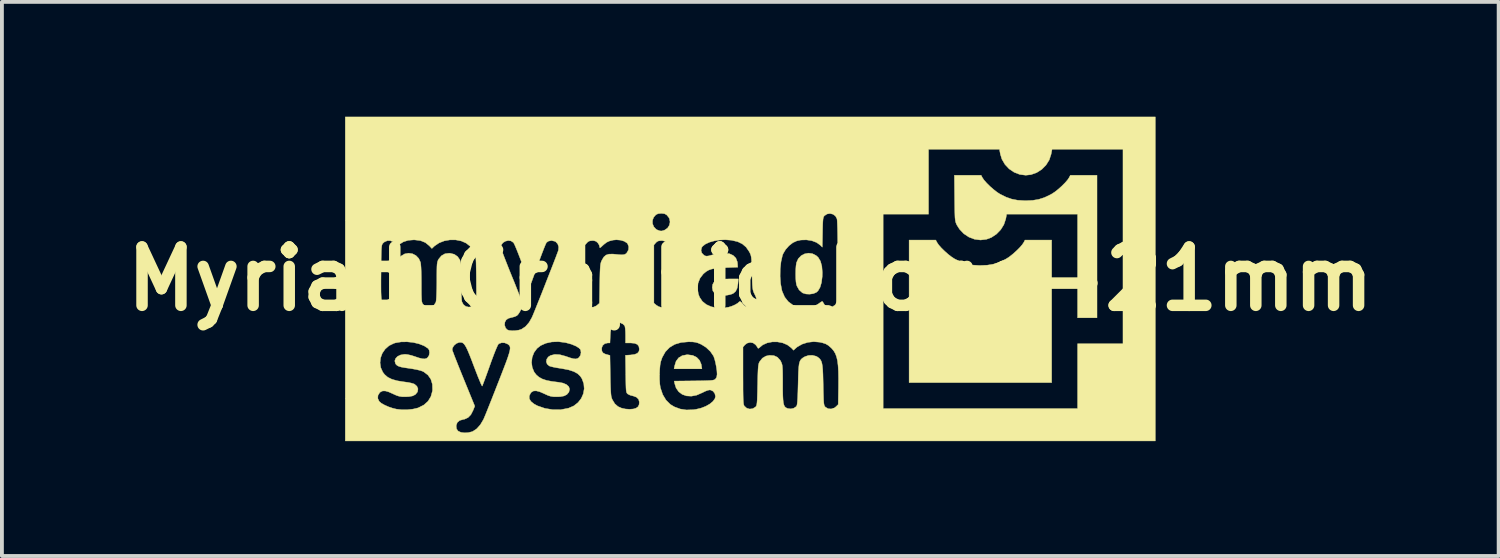
<source format=kicad_pcb>
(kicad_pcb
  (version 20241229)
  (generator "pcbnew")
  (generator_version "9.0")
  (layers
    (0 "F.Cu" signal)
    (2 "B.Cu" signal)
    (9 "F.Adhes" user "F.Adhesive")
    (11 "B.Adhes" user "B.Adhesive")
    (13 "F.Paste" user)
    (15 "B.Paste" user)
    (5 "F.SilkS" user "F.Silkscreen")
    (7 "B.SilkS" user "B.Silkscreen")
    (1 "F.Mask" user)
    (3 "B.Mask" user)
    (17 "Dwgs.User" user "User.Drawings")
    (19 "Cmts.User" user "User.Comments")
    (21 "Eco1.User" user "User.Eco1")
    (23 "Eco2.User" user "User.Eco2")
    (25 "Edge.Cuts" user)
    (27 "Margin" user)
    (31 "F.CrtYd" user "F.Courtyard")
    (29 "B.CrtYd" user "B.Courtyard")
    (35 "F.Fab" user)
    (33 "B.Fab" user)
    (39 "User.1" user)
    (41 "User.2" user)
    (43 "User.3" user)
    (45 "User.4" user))
  (footprint "Myriad_Graphic_Logo-21mm"
    (layer "F.Cu")
    (at 16.554 4.238)
    (property "Reference" "Myriad_Graphic_Logo-21mm" (at 0 0 0) (layer "F.SilkS") (effects (font (size 1.524 1.524) (thickness 0.3))))
    (attr exclude_from_pos_files exclude_from_bom)
    (fp_poly (pts (xy -1.503 1.998) (xy -1.401 2.048) (xy -1.326 2.127) (xy -1.282 2.231) (xy -1.276 2.266) (xy -1.264 2.349) (xy -1.992 2.349) (xy -1.977 2.27) (xy -1.939 2.149) (xy -1.872 2.06) (xy -1.779 2.004) (xy -1.66 1.981) (xy -1.63 1.981) (xy -1.503 1.998)) (stroke (width 0.01) (type solid)) (fill yes) (layer "F.SilkS"))
    (fp_poly (pts (xy -0.323 0.128) (xy -0.344 0.243) (xy -0.383 0.324) (xy -0.444 0.377) (xy -0.473 0.391) (xy -0.53 0.409) (xy -0.604 0.424) (xy -0.68 0.434) (xy -0.743 0.438) (xy -0.773 0.435) (xy -0.808 0.425) (xy -0.851 0.414) (xy -0.929 0.378) (xy -0.978 0.312) (xy -0.994 0.224) (xy -0.984 0.146) (xy -0.953 0.087) (xy -0.896 0.045) (xy -0.809 0.018) (xy -0.689 0.004) (xy -0.548 0) (xy -0.312 0) (xy -0.323 0.128)) (stroke (width 0.01) (type solid)) (fill yes) (layer "F.SilkS"))
    (fp_poly (pts (xy 4.879 -0.953) (xy 4.922 -0.889) (xy 4.992 -0.81) (xy 5.078 -0.726) (xy 5.171 -0.643) (xy 5.262 -0.573) (xy 5.337 -0.525) (xy 5.497 -0.445) (xy 5.647 -0.392) (xy 5.802 -0.363) (xy 5.978 -0.352) (xy 6.011 -0.352) (xy 6.193 -0.36) (xy 6.35 -0.386) (xy 6.499 -0.434) (xy 6.657 -0.509) (xy 6.686 -0.525) (xy 6.767 -0.577) (xy 6.858 -0.649) (xy 6.951 -0.732) (xy 7.036 -0.816) (xy 7.104 -0.894) (xy 7.144 -0.953) (xy 7.177 -1.016) (xy 7.874 -1.016) (xy 7.874 2.709) (xy 4.149 2.709) (xy 4.149 -1.016) (xy 4.846 -1.016) (xy 4.879 -0.953)) (stroke (width 0.01) (type solid)) (fill yes) (layer "F.SilkS"))
    (fp_poly (pts (xy 1.623 -0.66) (xy 1.719 -0.612) (xy 1.775 -0.561) (xy 1.833 -0.464) (xy 1.869 -0.333) (xy 1.882 -0.168) (xy 1.879 -0.063) (xy 1.86 0.093) (xy 1.823 0.219) (xy 1.77 0.31) (xy 1.724 0.352) (xy 1.646 0.384) (xy 1.55 0.398) (xy 1.453 0.393) (xy 1.372 0.368) (xy 1.361 0.362) (xy 1.276 0.288) (xy 1.219 0.187) (xy 1.205 0.145) (xy 1.194 0.079) (xy 1.187 -0.016) (xy 1.185 -0.127) (xy 1.187 -0.239) (xy 1.194 -0.341) (xy 1.205 -0.417) (xy 1.207 -0.426) (xy 1.254 -0.53) (xy 1.328 -0.607) (xy 1.419 -0.655) (xy 1.52 -0.674) (xy 1.623 -0.66)) (stroke (width 0.01) (type solid)) (fill yes) (layer "F.SilkS"))
    (fp_poly (pts (xy 6.064 -2.646) (xy 6.108 -2.582) (xy 6.177 -2.504) (xy 6.263 -2.419) (xy 6.357 -2.337) (xy 6.448 -2.266) (xy 6.522 -2.218) (xy 6.682 -2.138) (xy 6.832 -2.086) (xy 6.987 -2.056) (xy 7.163 -2.046) (xy 7.197 -2.045) (xy 7.378 -2.053) (xy 7.535 -2.079) (xy 7.685 -2.127) (xy 7.842 -2.202) (xy 7.871 -2.218) (xy 7.952 -2.27) (xy 8.044 -2.342) (xy 8.137 -2.425) (xy 8.222 -2.51) (xy 8.29 -2.588) (xy 8.329 -2.646) (xy 8.362 -2.709) (xy 9.059 -2.709) (xy 9.059 1.016) (xy 8.551 1.016) (xy 8.551 -1.693) (xy 6.698 -1.693) (xy 6.675 -1.568) (xy 6.626 -1.421) (xy 6.543 -1.287) (xy 6.432 -1.172) (xy 6.3 -1.084) (xy 6.172 -1.036) (xy 6.015 -1.017) (xy 5.859 -1.037) (xy 5.712 -1.093) (xy 5.578 -1.182) (xy 5.466 -1.3) (xy 5.397 -1.409) (xy 5.382 -1.441) (xy 5.37 -1.471) (xy 5.361 -1.505) (xy 5.354 -1.549) (xy 5.348 -1.607) (xy 5.345 -1.686) (xy 5.342 -1.79) (xy 5.34 -1.926) (xy 5.338 -2.098) (xy 5.338 -2.111) (xy 5.332 -2.709) (xy 6.031 -2.709) (xy 6.064 -2.646)) (stroke (width 0.01) (type solid)) (fill yes) (layer "F.SilkS"))
    (fp_poly (pts (xy 10.583 4.233) (xy -10.583 4.233) (xy -10.583 3.121) (xy -9.733 3.121) (xy -9.698 3.197) (xy -9.695 3.2) (xy -9.643 3.246) (xy -9.56 3.293) (xy -9.458 3.339) (xy -9.346 3.377) (xy -9.25 3.401) (xy -9.112 3.417) (xy -8.962 3.417) (xy -8.815 3.401) (xy -8.69 3.372) (xy -8.672 3.365) (xy -8.529 3.293) (xy -8.42 3.195) (xy -8.346 3.074) (xy -8.306 2.93) (xy -8.303 2.901) (xy -8.307 2.751) (xy -8.347 2.62) (xy -8.422 2.512) (xy -8.53 2.429) (xy -8.559 2.414) (xy -8.625 2.391) (xy -8.721 2.368) (xy -8.837 2.347) (xy -8.891 2.339) (xy -9.022 2.32) (xy -9.118 2.303) (xy -9.185 2.283) (xy -9.229 2.26) (xy -9.259 2.231) (xy -9.272 2.21) (xy -9.289 2.142) (xy -9.268 2.079) (xy -9.217 2.025) (xy -9.14 1.987) (xy -9.042 1.97) (xy -9.017 1.969) (xy -8.948 1.977) (xy -8.859 1.997) (xy -8.774 2.024) (xy -8.656 2.064) (xy -8.569 2.085) (xy -8.506 2.089) (xy -8.458 2.075) (xy -8.43 2.054) (xy -8.394 1.998) (xy -8.381 1.927) (xy -8.391 1.859) (xy -8.398 1.848) (xy -7.789 1.848) (xy -7.782 1.874) (xy -7.759 1.934) (xy -7.725 2.025) (xy -7.679 2.141) (xy -7.625 2.278) (xy -7.563 2.431) (xy -7.496 2.596) (xy -7.494 2.601) (xy -7.199 3.323) (xy -7.243 3.434) (xy -7.301 3.547) (xy -7.374 3.622) (xy -7.464 3.664) (xy -7.498 3.67) (xy -7.594 3.698) (xy -7.655 3.748) (xy -7.682 3.821) (xy -7.684 3.852) (xy -7.675 3.918) (xy -7.643 3.965) (xy -7.628 3.978) (xy -7.56 4.009) (xy -7.468 4.021) (xy -7.367 4.015) (xy -7.27 3.991) (xy -7.249 3.982) (xy -7.148 3.915) (xy -7.055 3.811) (xy -6.975 3.677) (xy -6.963 3.652) (xy -6.943 3.604) (xy -6.909 3.523) (xy -6.864 3.411) (xy -6.81 3.275) (xy -6.748 3.12) (xy -6.722 3.054) (xy -5.775 3.054) (xy -5.774 3.129) (xy -5.732 3.201) (xy -5.648 3.268) (xy -5.563 3.314) (xy -5.366 3.382) (xy -5.158 3.416) (xy -4.95 3.415) (xy -4.751 3.377) (xy -4.748 3.376) (xy -4.612 3.317) (xy -4.501 3.23) (xy -4.417 3.122) (xy -4.363 3) (xy -4.34 2.869) (xy -4.351 2.736) (xy -4.398 2.608) (xy -4.44 2.543) (xy -4.51 2.475) (xy -4.61 2.42) (xy -4.744 2.376) (xy -4.916 2.343) (xy -4.955 2.337) (xy -5.057 2.321) (xy -5.149 2.303) (xy -5.22 2.285) (xy -5.254 2.273) (xy -5.308 2.225) (xy -5.33 2.164) (xy -5.32 2.098) (xy -5.279 2.038) (xy -5.218 1.999) (xy -5.107 1.972) (xy -4.978 1.979) (xy -4.829 2.019) (xy -4.815 2.024) (xy -4.702 2.063) (xy -4.62 2.085) (xy -4.561 2.09) (xy -4.516 2.08) (xy -4.479 2.055) (xy -4.475 2.052) (xy -4.437 1.993) (xy -4.423 1.922) (xy -4.434 1.855) (xy -4.461 1.815) (xy -4.474 1.807) (xy -3.884 1.807) (xy -3.877 1.886) (xy -3.874 1.893) (xy -3.844 1.935) (xy -3.787 1.964) (xy -3.76 1.972) (xy -3.667 1.997) (xy -3.658 2.528) (xy -3.655 2.694) (xy -3.651 2.824) (xy -3.647 2.924) (xy -3.642 2.998) (xy -3.636 3.054) (xy -3.627 3.096) (xy -3.615 3.131) (xy -3.605 3.154) (xy -3.54 3.261) (xy -3.457 3.334) (xy -3.362 3.376) (xy -3.262 3.398) (xy -3.155 3.405) (xy -3.058 3.398) (xy -2.986 3.377) (xy -2.932 3.338) (xy -2.906 3.284) (xy -2.9 3.216) (xy -2.919 3.144) (xy -2.974 3.09) (xy -3.059 3.058) (xy -3.07 3.056) (xy -3.138 3.038) (xy -3.195 3.01) (xy -3.203 3.005) (xy -3.218 2.991) (xy -3.229 2.974) (xy -3.237 2.948) (xy -3.244 2.906) (xy -3.248 2.845) (xy -3.251 2.758) (xy -3.253 2.64) (xy -3.255 2.496) (xy -2.372 2.496) (xy -2.371 2.627) (xy -2.364 2.746) (xy -2.35 2.838) (xy -2.348 2.847) (xy -2.288 3.023) (xy -2.202 3.166) (xy -2.091 3.277) (xy -1.985 3.341) (xy -1.832 3.398) (xy -1.671 3.423) (xy -1.491 3.417) (xy -1.42 3.407) (xy -1.286 3.375) (xy -1.163 3.327) (xy -1.058 3.267) (xy -0.977 3.2) (xy -0.925 3.129) (xy -0.91 3.068) (xy -0.928 2.992) (xy -0.974 2.933) (xy -1.039 2.902) (xy -1.064 2.9) (xy -1.113 2.91) (xy -1.183 2.937) (xy -1.259 2.975) (xy -1.261 2.975) (xy -1.402 3.037) (xy -1.539 3.063) (xy -1.666 3.056) (xy -1.778 3.017) (xy -1.871 2.947) (xy -1.939 2.849) (xy -1.975 2.737) (xy -1.988 2.669) (xy -1.473 2.663) (xy -1.31 2.661) (xy -1.185 2.658) (xy -1.091 2.655) (xy -1.024 2.651) (xy -0.977 2.645) (xy -0.946 2.637) (xy -0.925 2.626) (xy -0.912 2.616) (xy -0.879 2.567) (xy -0.868 2.493) (xy -0.868 2.486) (xy -0.873 2.399) (xy -0.888 2.295) (xy -0.909 2.187) (xy -0.934 2.09) (xy -0.959 2.019) (xy -0.964 2.01) (xy -1.043 1.895) (xy -1.153 1.791) (xy -1.169 1.78) (xy -0.191 1.78) (xy -0.191 2.526) (xy -0.19 2.727) (xy -0.19 2.889) (xy -0.188 3.018) (xy -0.186 3.118) (xy -0.182 3.192) (xy -0.178 3.245) (xy -0.172 3.282) (xy -0.164 3.306) (xy -0.156 3.32) (xy -0.094 3.376) (xy -0.016 3.399) (xy 0.065 3.389) (xy 0.137 3.344) (xy 0.138 3.343) (xy 0.151 3.328) (xy 0.161 3.307) (xy 0.169 3.276) (xy 0.175 3.229) (xy 0.18 3.161) (xy 0.183 3.068) (xy 0.187 2.942) (xy 0.19 2.78) (xy 0.191 2.767) (xy 0.194 2.601) (xy 0.198 2.471) (xy 0.202 2.373) (xy 0.207 2.3) (xy 0.214 2.248) (xy 0.222 2.21) (xy 0.233 2.181) (xy 0.244 2.161) (xy 0.316 2.07) (xy 0.409 2.015) (xy 0.501 1.996) (xy 0.616 2.003) (xy 0.708 2.045) (xy 0.78 2.124) (xy 0.799 2.158) (xy 0.814 2.191) (xy 0.826 2.223) (xy 0.835 2.263) (xy 0.84 2.314) (xy 0.844 2.385) (xy 0.846 2.48) (xy 0.847 2.607) (xy 0.847 2.736) (xy 0.847 2.913) (xy 0.85 3.053) (xy 0.856 3.16) (xy 0.865 3.239) (xy 0.88 3.296) (xy 0.9 3.335) (xy 0.927 3.361) (xy 0.962 3.379) (xy 0.975 3.384) (xy 1.057 3.395) (xy 1.135 3.378) (xy 1.196 3.337) (xy 1.212 3.316) (xy 1.222 3.281) (xy 1.23 3.211) (xy 1.237 3.104) (xy 1.243 2.958) (xy 1.248 2.773) (xy 1.249 2.741) (xy 1.253 2.563) (xy 1.258 2.421) (xy 1.265 2.312) (xy 1.275 2.229) (xy 1.29 2.167) (xy 1.311 2.122) (xy 1.34 2.088) (xy 1.376 2.06) (xy 1.423 2.032) (xy 1.424 2.031) (xy 1.519 1.999) (xy 1.623 1.995) (xy 1.721 2.02) (xy 1.763 2.044) (xy 1.801 2.074) (xy 1.83 2.107) (xy 1.853 2.147) (xy 1.87 2.2) (xy 1.883 2.271) (xy 1.892 2.365) (xy 1.898 2.488) (xy 1.902 2.645) (xy 1.905 2.767) (xy 1.908 2.931) (xy 1.912 3.058) (xy 1.915 3.154) (xy 1.919 3.223) (xy 1.925 3.271) (xy 1.933 3.303) (xy 1.943 3.325) (xy 1.956 3.342) (xy 1.963 3.349) (xy 2.032 3.39) (xy 2.112 3.397) (xy 2.192 3.373) (xy 2.238 3.338) (xy 2.297 3.28) (xy 2.304 2.824) (xy 2.305 2.601) (xy 2.302 2.416) (xy 2.293 2.264) (xy 2.278 2.139) (xy 2.254 2.037) (xy 2.223 1.953) (xy 2.182 1.882) (xy 2.13 1.819) (xy 2.113 1.802) (xy 2.042 1.739) (xy 1.971 1.697) (xy 1.883 1.668) (xy 1.809 1.652) (xy 1.656 1.639) (xy 1.5 1.657) (xy 1.353 1.704) (xy 1.227 1.776) (xy 1.184 1.812) (xy 1.13 1.863) (xy 1.07 1.8) (xy 0.969 1.723) (xy 0.847 1.671) (xy 0.711 1.645) (xy 0.573 1.645) (xy 0.441 1.671) (xy 0.325 1.723) (xy 0.255 1.781) (xy 0.218 1.812) (xy 0.199 1.808) (xy 0.196 1.803) (xy 0.176 1.769) (xy 0.141 1.723) (xy 0.138 1.719) (xy 0.072 1.672) (xy -0.006 1.659) (xy -0.083 1.678) (xy -0.14 1.721) (xy -0.191 1.78) (xy -1.169 1.78) (xy -1.279 1.711) (xy -1.297 1.703) (xy -1.37 1.672) (xy -1.435 1.654) (xy -1.508 1.645) (xy -1.605 1.643) (xy -1.619 1.643) (xy -1.81 1.66) (xy -1.974 1.709) (xy -2.111 1.791) (xy -2.22 1.905) (xy -2.302 2.051) (xy -2.341 2.164) (xy -2.357 2.251) (xy -2.367 2.366) (xy -2.372 2.496) (xy -3.255 2.496) (xy -3.255 2.486) (xy -3.255 2.481) (xy -3.262 1.995) (xy -3.124 1.986) (xy -3.018 1.971) (xy -2.947 1.94) (xy -2.909 1.891) (xy -2.9 1.833) (xy -2.913 1.76) (xy -2.952 1.711) (xy -3.021 1.682) (xy -3.126 1.672) (xy -3.142 1.672) (xy -3.26 1.672) (xy -3.26 1.47) (xy -3.262 1.377) (xy -3.268 1.296) (xy -3.277 1.24) (xy -3.283 1.224) (xy -3.328 1.178) (xy -3.397 1.146) (xy -3.472 1.135) (xy -3.504 1.14) (xy -3.565 1.167) (xy -3.608 1.214) (xy -3.636 1.286) (xy -3.653 1.391) (xy -3.658 1.471) (xy -3.667 1.672) (xy -3.723 1.672) (xy -3.801 1.69) (xy -3.857 1.738) (xy -3.884 1.807) (xy -4.474 1.807) (xy -4.549 1.758) (xy -4.672 1.706) (xy -4.821 1.665) (xy -4.838 1.662) (xy -5.016 1.639) (xy -5.186 1.646) (xy -5.342 1.68) (xy -5.476 1.74) (xy -5.572 1.815) (xy -5.652 1.924) (xy -5.7 2.049) (xy -5.715 2.182) (xy -5.698 2.312) (xy -5.648 2.432) (xy -5.592 2.505) (xy -5.521 2.566) (xy -5.434 2.614) (xy -5.323 2.651) (xy -5.183 2.678) (xy -5.015 2.699) (xy -4.894 2.721) (xy -4.803 2.76) (xy -4.744 2.813) (xy -4.722 2.877) (xy -4.738 2.95) (xy -4.744 2.962) (xy -4.793 3.02) (xy -4.865 3.057) (xy -4.967 3.076) (xy -5.06 3.079) (xy -5.147 3.077) (xy -5.216 3.066) (xy -5.283 3.045) (xy -5.367 3.007) (xy -5.381 3) (xy -5.5 2.948) (xy -5.593 2.924) (xy -5.663 2.927) (xy -5.716 2.957) (xy -5.735 2.977) (xy -5.775 3.054) (xy -6.722 3.054) (xy -6.681 2.95) (xy -6.611 2.77) (xy -6.584 2.702) (xy -6.5 2.487) (xy -6.431 2.308) (xy -6.375 2.161) (xy -6.333 2.042) (xy -6.303 1.949) (xy -6.284 1.877) (xy -6.276 1.822) (xy -6.277 1.782) (xy -6.287 1.752) (xy -6.305 1.729) (xy -6.329 1.709) (xy -6.343 1.7) (xy -6.417 1.67) (xy -6.496 1.667) (xy -6.564 1.69) (xy -6.583 1.705) (xy -6.601 1.736) (xy -6.63 1.801) (xy -6.669 1.894) (xy -6.714 2.01) (xy -6.763 2.142) (xy -6.807 2.265) (xy -6.857 2.405) (xy -6.903 2.532) (xy -6.943 2.641) (xy -6.975 2.725) (xy -6.996 2.78) (xy -7.005 2.8) (xy -7.016 2.785) (xy -7.04 2.736) (xy -7.073 2.657) (xy -7.116 2.553) (xy -7.164 2.429) (xy -7.217 2.292) (xy -7.283 2.117) (xy -7.338 1.978) (xy -7.383 1.871) (xy -7.421 1.79) (xy -7.454 1.734) (xy -7.484 1.696) (xy -7.513 1.672) (xy -7.539 1.66) (xy -7.609 1.658) (xy -7.681 1.687) (xy -7.742 1.739) (xy -7.781 1.804) (xy -7.789 1.848) (xy -8.398 1.848) (xy -8.419 1.816) (xy -8.522 1.748) (xy -8.655 1.696) (xy -8.806 1.66) (xy -8.966 1.643) (xy -9.123 1.645) (xy -9.268 1.669) (xy -9.312 1.682) (xy -9.439 1.744) (xy -9.54 1.833) (xy -9.615 1.941) (xy -9.66 2.062) (xy -9.674 2.19) (xy -9.656 2.316) (xy -9.602 2.436) (xy -9.554 2.498) (xy -9.473 2.568) (xy -9.366 2.621) (xy -9.23 2.66) (xy -9.058 2.688) (xy -9.043 2.69) (xy -8.939 2.704) (xy -8.85 2.723) (xy -8.787 2.743) (xy -8.774 2.749) (xy -8.711 2.804) (xy -8.683 2.872) (xy -8.694 2.945) (xy -8.701 2.959) (xy -8.749 3.018) (xy -8.82 3.056) (xy -8.92 3.075) (xy -9.018 3.079) (xy -9.105 3.077) (xy -9.174 3.066) (xy -9.241 3.045) (xy -9.326 3.007) (xy -9.34 3) (xy -9.453 2.95) (xy -9.54 2.926) (xy -9.607 2.927) (xy -9.662 2.953) (xy -9.685 2.973) (xy -9.728 3.043) (xy -9.733 3.121) (xy -10.583 3.121) (xy -10.583 0.201) (xy -9.65 0.201) (xy -9.649 0.34) (xy -9.645 0.449) (xy -9.638 0.533) (xy -9.628 0.595) (xy -9.615 0.639) (xy -9.597 0.671) (xy -9.575 0.693) (xy -9.551 0.709) (xy -9.473 0.731) (xy -9.388 0.724) (xy -9.316 0.688) (xy -9.304 0.677) (xy -9.291 0.662) (xy -9.28 0.642) (xy -9.272 0.612) (xy -9.266 0.566) (xy -9.261 0.501) (xy -9.257 0.409) (xy -9.253 0.287) (xy -9.25 0.128) (xy -9.249 0.1) (xy -9.245 -0.076) (xy -9.239 -0.226) (xy -9.232 -0.347) (xy -9.224 -0.434) (xy -9.216 -0.483) (xy -9.214 -0.489) (xy -9.182 -0.539) (xy -9.133 -0.591) (xy -9.124 -0.599) (xy -9.029 -0.655) (xy -8.927 -0.673) (xy -8.826 -0.658) (xy -8.736 -0.611) (xy -8.663 -0.535) (xy -8.617 -0.434) (xy -8.61 -0.385) (xy -8.603 -0.3) (xy -8.598 -0.186) (xy -8.595 -0.048) (xy -8.594 0.107) (xy -8.594 0.129) (xy -8.594 0.285) (xy -8.593 0.403) (xy -8.59 0.491) (xy -8.587 0.554) (xy -8.581 0.597) (xy -8.572 0.627) (xy -8.561 0.649) (xy -8.55 0.663) (xy -8.486 0.716) (xy -8.409 0.735) (xy -8.332 0.724) (xy -8.265 0.684) (xy -8.22 0.617) (xy -8.214 0.598) (xy -8.207 0.554) (xy -8.201 0.474) (xy -8.197 0.367) (xy -8.193 0.239) (xy -8.191 0.098) (xy -8.191 0.042) (xy -8.191 -0.112) (xy -8.19 -0.231) (xy -8.188 -0.319) (xy -8.184 -0.384) (xy -8.177 -0.43) (xy -8.168 -0.465) (xy -8.156 -0.494) (xy -8.144 -0.516) (xy -8.071 -0.605) (xy -7.978 -0.658) (xy -7.866 -0.672) (xy -7.846 -0.671) (xy -7.734 -0.644) (xy -7.648 -0.584) (xy -7.594 -0.506) (xy -7.581 -0.478) (xy -7.572 -0.441) (xy -7.565 -0.391) (xy -7.561 -0.322) (xy -7.558 -0.228) (xy -7.557 -0.103) (xy -7.556 0.042) (xy -7.555 0.187) (xy -7.553 0.321) (xy -7.548 0.437) (xy -7.543 0.528) (xy -7.537 0.586) (xy -7.534 0.598) (xy -7.495 0.671) (xy -7.432 0.718) (xy -7.356 0.736) (xy -7.279 0.723) (xy -7.21 0.677) (xy -7.196 0.662) (xy -7.184 0.644) (xy -7.173 0.624) (xy -7.166 0.596) (xy -7.161 0.556) (xy -7.157 0.499) (xy -7.156 0.419) (xy -7.156 0.312) (xy -7.157 0.172) (xy -7.158 0.001) (xy -7.16 -0.175) (xy -7.163 -0.314) (xy -7.165 -0.422) (xy -7.169 -0.503) (xy -7.173 -0.563) (xy -7.18 -0.607) (xy -7.189 -0.641) (xy -7.201 -0.67) (xy -7.215 -0.699) (xy -7.257 -0.769) (xy -7.296 -0.824) (xy -6.519 -0.824) (xy -6.512 -0.794) (xy -6.489 -0.73) (xy -6.455 -0.637) (xy -6.409 -0.518) (xy -6.355 -0.38) (xy -6.294 -0.226) (xy -6.234 -0.078) (xy -6.167 0.085) (xy -6.107 0.237) (xy -6.053 0.374) (xy -6.009 0.49) (xy -5.975 0.58) (xy -5.954 0.641) (xy -5.948 0.665) (xy -5.96 0.723) (xy -5.989 0.796) (xy -6.029 0.871) (xy -6.071 0.932) (xy -6.1 0.96) (xy -6.154 0.985) (xy -6.222 1.004) (xy -6.234 1.006) (xy -6.322 1.03) (xy -6.38 1.071) (xy -6.412 1.129) (xy -6.42 1.204) (xy -6.395 1.279) (xy -6.354 1.326) (xy -6.304 1.345) (xy -6.226 1.353) (xy -6.137 1.35) (xy -6.049 1.337) (xy -5.979 1.315) (xy -5.874 1.245) (xy -5.78 1.137) (xy -5.708 1.011) (xy -5.688 0.966) (xy -5.656 0.889) (xy -5.613 0.783) (xy -5.562 0.655) (xy -5.503 0.509) (xy -5.44 0.351) (xy -5.375 0.186) (xy -5.31 0.019) (xy -5.246 -0.144) (xy -5.185 -0.299) (xy -5.131 -0.439) (xy -5.084 -0.56) (xy -5.048 -0.657) (xy -5.023 -0.723) (xy -5.014 -0.751) (xy -5.007 -0.837) (xy -5.023 -0.887) (xy -4.318 -0.887) (xy -4.318 0.617) (xy -4.256 0.679) (xy -4.182 0.73) (xy -4.105 0.738) (xy -4.026 0.704) (xy -4.005 0.688) (xy -3.942 0.635) (xy -3.934 0.122) (xy -3.931 -0.04) (xy -3.928 -0.165) (xy -3.924 -0.261) (xy -3.919 -0.331) (xy -3.913 -0.384) (xy -3.904 -0.424) (xy -3.892 -0.459) (xy -3.876 -0.492) (xy -3.876 -0.493) (xy -3.827 -0.574) (xy -3.769 -0.624) (xy -3.693 -0.648) (xy -3.59 -0.65) (xy -3.547 -0.646) (xy -3.435 -0.635) (xy -3.357 -0.631) (xy -3.304 -0.635) (xy -3.267 -0.647) (xy -3.238 -0.67) (xy -3.224 -0.686) (xy -3.183 -0.761) (xy -3.177 -0.843) (xy -3.193 -0.887) (xy -2.519 -0.887) (xy -2.519 0.631) (xy -2.454 0.686) (xy -2.394 0.723) (xy -2.334 0.741) (xy -2.328 0.741) (xy -2.271 0.727) (xy -2.209 0.691) (xy -2.203 0.686) (xy -2.138 0.631) (xy -2.138 0.251) (xy -1.379 0.251) (xy -1.357 0.395) (xy -1.324 0.48) (xy -1.252 0.586) (xy -1.149 0.669) (xy -1.021 0.726) (xy -0.871 0.757) (xy -0.706 0.758) (xy -0.568 0.738) (xy -0.483 0.712) (xy -0.398 0.675) (xy -0.328 0.633) (xy -0.286 0.593) (xy -0.285 0.591) (xy -0.262 0.589) (xy -0.221 0.624) (xy -0.2 0.648) (xy -0.154 0.698) (xy -0.113 0.722) (xy -0.059 0.73) (xy -0.032 0.73) (xy 0.037 0.725) (xy 0.082 0.706) (xy 0.118 0.671) (xy 0.156 0.612) (xy 0.166 0.549) (xy 0.147 0.473) (xy 0.112 0.396) (xy 0.093 0.358) (xy 0.079 0.322) (xy 0.068 0.281) (xy 0.06 0.23) (xy 0.054 0.161) (xy 0.05 0.067) (xy 0.046 -0.058) (xy 0.046 -0.067) (xy 0.779 -0.067) (xy 0.792 0.122) (xy 0.823 0.29) (xy 0.834 0.328) (xy 0.899 0.475) (xy 0.993 0.594) (xy 1.112 0.682) (xy 1.253 0.737) (xy 1.411 0.757) (xy 1.581 0.74) (xy 1.587 0.739) (xy 1.682 0.706) (xy 1.775 0.654) (xy 1.79 0.643) (xy 1.845 0.604) (xy 1.875 0.588) (xy 1.892 0.594) (xy 1.898 0.608) (xy 1.942 0.679) (xy 2.006 0.722) (xy 2.08 0.736) (xy 2.154 0.722) (xy 2.217 0.68) (xy 2.26 0.61) (xy 2.264 0.598) (xy 2.269 0.558) (xy 2.273 0.48) (xy 2.277 0.371) (xy 2.28 0.235) (xy 2.283 0.078) (xy 2.285 -0.095) (xy 2.286 -0.28) (xy 2.286 -0.47) (xy 2.286 -0.66) (xy 2.285 -0.846) (xy 2.283 -1.022) (xy 2.281 -1.182) (xy 2.278 -1.322) (xy 2.274 -1.437) (xy 2.27 -1.52) (xy 2.265 -1.567) (xy 2.264 -1.572) (xy 2.224 -1.644) (xy 2.161 -1.691) (xy 2.15 -1.693) (xy 3.471 -1.693) (xy 3.471 3.387) (xy 8.551 3.387) (xy 8.551 1.693) (xy 9.737 1.693) (xy 9.737 -3.387) (xy 7.884 -3.387) (xy 7.86 -3.261) (xy 7.811 -3.11) (xy 7.727 -2.976) (xy 7.616 -2.863) (xy 7.483 -2.778) (xy 7.334 -2.725) (xy 7.197 -2.71) (xy 7.04 -2.73) (xy 6.893 -2.787) (xy 6.762 -2.876) (xy 6.654 -2.991) (xy 6.574 -3.128) (xy 6.533 -3.261) (xy 6.51 -3.387) (xy 4.657 -3.387) (xy 4.657 -1.693) (xy 3.471 -1.693) (xy 2.15 -1.693) (xy 2.084 -1.709) (xy 2.006 -1.697) (xy 1.937 -1.652) (xy 1.934 -1.648) (xy 1.92 -1.629) (xy 1.909 -1.601) (xy 1.901 -1.56) (xy 1.896 -1.498) (xy 1.892 -1.41) (xy 1.889 -1.289) (xy 1.888 -1.217) (xy 1.881 -0.83) (xy 1.829 -0.882) (xy 1.732 -0.952) (xy 1.608 -0.999) (xy 1.468 -1.021) (xy 1.322 -1.017) (xy 1.217 -0.995) (xy 1.112 -0.947) (xy 1.011 -0.868) (xy 0.922 -0.768) (xy 0.857 -0.658) (xy 0.839 -0.611) (xy 0.802 -0.448) (xy 0.782 -0.262) (xy 0.779 -0.067) (xy 0.046 -0.067) (xy 0.043 -0.159) (xy 0.039 -0.307) (xy 0.035 -0.419) (xy 0.031 -0.503) (xy 0.025 -0.564) (xy 0.016 -0.61) (xy 0.004 -0.647) (xy -0.012 -0.681) (xy -0.031 -0.717) (xy -0.11 -0.831) (xy -0.207 -0.914) (xy -0.328 -0.973) (xy -0.481 -1.009) (xy -0.508 -1.013) (xy -0.654 -1.024) (xy -0.802 -1.017) (xy -0.942 -0.994) (xy -1.068 -0.959) (xy -1.172 -0.911) (xy -1.246 -0.854) (xy -1.269 -0.822) (xy -1.287 -0.749) (xy -1.268 -0.679) (xy -1.214 -0.623) (xy -1.202 -0.615) (xy -1.17 -0.6) (xy -1.136 -0.596) (xy -1.089 -0.602) (xy -1.018 -0.621) (xy -0.986 -0.63) (xy -0.817 -0.668) (xy -0.669 -0.678) (xy -0.545 -0.659) (xy -0.447 -0.614) (xy -0.377 -0.544) (xy -0.34 -0.448) (xy -0.334 -0.402) (xy -0.328 -0.307) (xy -0.635 -0.296) (xy -0.792 -0.288) (xy -0.915 -0.276) (xy -1.011 -0.258) (xy -1.088 -0.231) (xy -1.153 -0.193) (xy -1.214 -0.143) (xy -1.231 -0.127) (xy -1.315 -0.017) (xy -1.365 0.111) (xy -1.379 0.251) (xy -2.138 0.251) (xy -2.138 -0.887) (xy -2.187 -0.944) (xy -2.231 -0.982) (xy -2.284 -0.999) (xy -2.328 -1.001) (xy -2.397 -0.994) (xy -2.444 -0.97) (xy -2.47 -0.944) (xy -2.519 -0.887) (xy -3.193 -0.887) (xy -3.205 -0.917) (xy -3.224 -0.94) (xy -3.294 -0.985) (xy -3.389 -1.013) (xy -3.497 -1.023) (xy -3.583 -1.015) (xy -3.677 -0.992) (xy -3.75 -0.959) (xy -3.82 -0.906) (xy -3.858 -0.872) (xy -3.904 -0.829) (xy -3.927 -0.814) (xy -3.936 -0.824) (xy -3.937 -0.841) (xy -3.95 -0.888) (xy -3.983 -0.94) (xy -3.986 -0.944) (xy -4.03 -0.982) (xy -4.083 -0.999) (xy -4.128 -1.001) (xy -4.196 -0.994) (xy -4.243 -0.97) (xy -4.269 -0.944) (xy -4.318 -0.887) (xy -5.023 -0.887) (xy -5.032 -0.914) (xy -5.084 -0.971) (xy -5.109 -0.984) (xy -5.194 -1.003) (xy -5.273 -0.988) (xy -5.324 -0.952) (xy -5.34 -0.923) (xy -5.368 -0.859) (xy -5.405 -0.766) (xy -5.449 -0.652) (xy -5.498 -0.521) (xy -5.538 -0.41) (xy -5.588 -0.271) (xy -5.634 -0.144) (xy -5.674 -0.036) (xy -5.705 0.049) (xy -5.727 0.105) (xy -5.735 0.124) (xy -5.75 0.125) (xy -5.773 0.089) (xy -5.804 0.014) (xy -5.807 0.008) (xy -5.892 -0.217) (xy -5.963 -0.405) (xy -6.023 -0.56) (xy -6.071 -0.684) (xy -6.11 -0.781) (xy -6.14 -0.853) (xy -6.163 -0.904) (xy -6.18 -0.936) (xy -6.191 -0.952) (xy -6.254 -0.994) (xy -6.327 -1.003) (xy -6.401 -0.985) (xy -6.465 -0.944) (xy -6.508 -0.883) (xy -6.519 -0.824) (xy -7.296 -0.824) (xy -7.304 -0.835) (xy -7.321 -0.854) (xy -7.425 -0.936) (xy -7.553 -0.992) (xy -7.696 -1.02) (xy -7.846 -1.021) (xy -7.994 -0.995) (xy -8.131 -0.942) (xy -8.249 -0.862) (xy -8.261 -0.851) (xy -8.32 -0.795) (xy -8.387 -0.866) (xy -8.49 -0.95) (xy -8.616 -1.001) (xy -8.767 -1.02) (xy -8.793 -1.021) (xy -8.939 -1.009) (xy -9.063 -0.97) (xy -9.178 -0.899) (xy -9.179 -0.898) (xy -9.248 -0.846) (xy -9.28 -0.907) (xy -9.333 -0.969) (xy -9.405 -1) (xy -9.485 -0.999) (xy -9.561 -0.966) (xy -9.592 -0.938) (xy -9.606 -0.923) (xy -9.616 -0.907) (xy -9.625 -0.884) (xy -9.631 -0.851) (xy -9.636 -0.803) (xy -9.64 -0.736) (xy -9.642 -0.644) (xy -9.645 -0.523) (xy -9.646 -0.369) (xy -9.648 -0.184) (xy -9.65 0.028) (xy -9.65 0.201) (xy -10.583 0.201) (xy -10.583 -1.53) (xy -2.556 -1.53) (xy -2.554 -1.443) (xy -2.521 -1.362) (xy -2.462 -1.299) (xy -2.428 -1.28) (xy -2.364 -1.256) (xy -2.314 -1.253) (xy -2.256 -1.27) (xy -2.234 -1.279) (xy -2.162 -1.329) (xy -2.115 -1.403) (xy -2.097 -1.488) (xy -2.112 -1.573) (xy -2.132 -1.609) (xy -2.184 -1.672) (xy -2.241 -1.704) (xy -2.32 -1.713) (xy -2.328 -1.713) (xy -2.41 -1.705) (xy -2.468 -1.676) (xy -2.52 -1.616) (xy -2.525 -1.609) (xy -2.556 -1.53) (xy -10.583 -1.53) (xy -10.583 -4.233) (xy 10.583 -4.233) (xy 10.583 4.233)) (stroke (width 0.01) (type solid)) (fill yes) (layer "F.SilkS")))
  (gr_rect
    (start -3 -3)
    (end 36.107 11.477)
    (stroke (width 0.1) (type default))
    (fill no)
    (layer "Edge.Cuts")))
</source>
